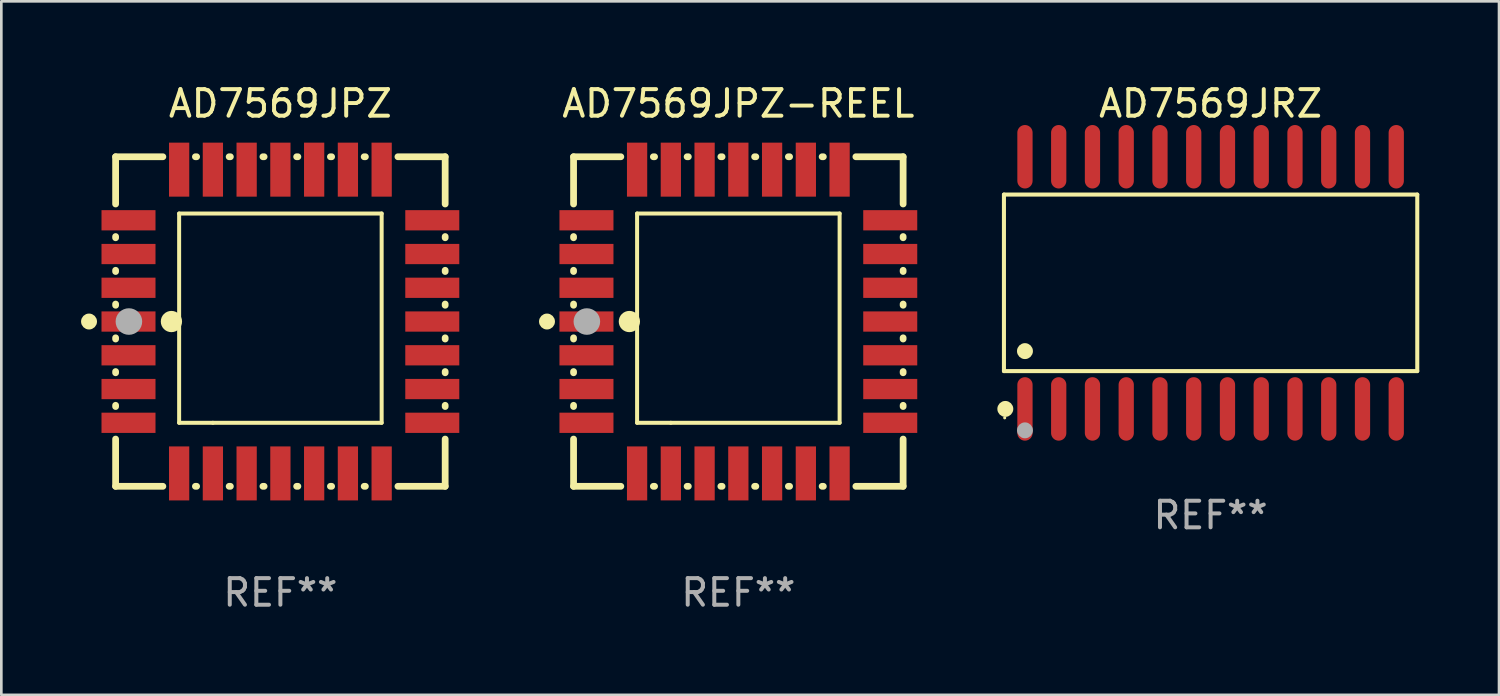
<source format=kicad_pcb>
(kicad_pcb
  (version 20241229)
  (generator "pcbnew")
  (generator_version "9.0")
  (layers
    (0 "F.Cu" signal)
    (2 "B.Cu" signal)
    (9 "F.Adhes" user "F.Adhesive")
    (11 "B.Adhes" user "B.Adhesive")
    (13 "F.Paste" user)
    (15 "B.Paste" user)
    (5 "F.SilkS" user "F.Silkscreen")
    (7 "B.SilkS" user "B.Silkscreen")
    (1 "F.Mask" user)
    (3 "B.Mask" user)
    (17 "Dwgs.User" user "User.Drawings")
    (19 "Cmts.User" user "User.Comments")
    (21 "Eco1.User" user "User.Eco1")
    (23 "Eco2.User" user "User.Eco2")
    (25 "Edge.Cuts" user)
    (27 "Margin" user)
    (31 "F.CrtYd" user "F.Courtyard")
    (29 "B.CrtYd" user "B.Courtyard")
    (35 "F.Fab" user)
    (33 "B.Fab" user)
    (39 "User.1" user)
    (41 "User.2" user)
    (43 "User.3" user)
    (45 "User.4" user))
  (footprint "AD7569JPZ"
    (layer "F.Cu")
    (at 7.5 9.048)
    (property "Reference" "AD7569JPZ" (at 0 -8.2 0) (layer "F.SilkS") (effects (font (size 1 1) (thickness 0.15))))
    (attr through_hole)
    (fp_line (start -6.2 -6.2) (end -4.422 -6.2) (stroke (width 0.254) (type solid)) (layer "F.SilkS"))
    (fp_line (start -6.2 -4.422) (end -6.2 -6.2) (stroke (width 0.254) (type solid)) (layer "F.SilkS"))
    (fp_line (start -6.2 -3.152) (end -6.2 -3.198) (stroke (width 0.254) (type solid)) (layer "F.SilkS"))
    (fp_line (start -6.2 -1.882) (end -6.2 -1.928) (stroke (width 0.254) (type solid)) (layer "F.SilkS"))
    (fp_line (start -6.2 -0.612) (end -6.2 -0.658) (stroke (width 0.254) (type solid)) (layer "F.SilkS"))
    (fp_line (start -6.2 0.658) (end -6.2 0.612) (stroke (width 0.254) (type solid)) (layer "F.SilkS"))
    (fp_line (start -6.2 1.928) (end -6.2 1.882) (stroke (width 0.254) (type solid)) (layer "F.SilkS"))
    (fp_line (start -6.2 3.198) (end -6.2 3.152) (stroke (width 0.254) (type solid)) (layer "F.SilkS"))
    (fp_line (start -6.2 6.2) (end -6.2 4.422) (stroke (width 0.254) (type solid)) (layer "F.SilkS"))
    (fp_line (start -4.422 6.2) (end -6.2 6.2) (stroke (width 0.254) (type solid)) (layer "F.SilkS"))
    (fp_line (start -3.81 -4.064) (end 3.81 -4.064) (stroke (width 0.15) (type solid)) (layer "F.SilkS"))
    (fp_line (start -3.81 3.81) (end -3.81 -4.064) (stroke (width 0.15) (type solid)) (layer "F.SilkS"))
    (fp_line (start -3.198 -6.2) (end -3.152 -6.2) (stroke (width 0.254) (type solid)) (layer "F.SilkS"))
    (fp_line (start -3.152 6.2) (end -3.198 6.2) (stroke (width 0.254) (type solid)) (layer "F.SilkS"))
    (fp_line (start -2.54 3.81) (end -3.81 3.81) (stroke (width 0.15) (type solid)) (layer "F.SilkS"))
    (fp_line (start -1.928 -6.2) (end -1.882 -6.2) (stroke (width 0.254) (type solid)) (layer "F.SilkS"))
    (fp_line (start -1.882 6.2) (end -1.928 6.2) (stroke (width 0.254) (type solid)) (layer "F.SilkS"))
    (fp_line (start -0.658 -6.2) (end -0.612 -6.2) (stroke (width 0.254) (type solid)) (layer "F.SilkS"))
    (fp_line (start -0.612 6.2) (end -0.658 6.2) (stroke (width 0.254) (type solid)) (layer "F.SilkS"))
    (fp_line (start 0.612 -6.2) (end 0.658 -6.2) (stroke (width 0.254) (type solid)) (layer "F.SilkS"))
    (fp_line (start 0.658 6.2) (end 0.612 6.2) (stroke (width 0.254) (type solid)) (layer "F.SilkS"))
    (fp_line (start 1.882 -6.2) (end 1.928 -6.2) (stroke (width 0.254) (type solid)) (layer "F.SilkS"))
    (fp_line (start 1.928 6.2) (end 1.882 6.2) (stroke (width 0.254) (type solid)) (layer "F.SilkS"))
    (fp_line (start 3.152 -6.2) (end 3.198 -6.2) (stroke (width 0.254) (type solid)) (layer "F.SilkS"))
    (fp_line (start 3.198 6.2) (end 3.152 6.2) (stroke (width 0.254) (type solid)) (layer "F.SilkS"))
    (fp_line (start 3.81 -4.064) (end 3.81 3.81) (stroke (width 0.15) (type solid)) (layer "F.SilkS"))
    (fp_line (start 3.81 3.81) (end -2.54 3.81) (stroke (width 0.15) (type solid)) (layer "F.SilkS"))
    (fp_line (start 4.422 -6.2) (end 6.2 -6.2) (stroke (width 0.254) (type solid)) (layer "F.SilkS"))
    (fp_line (start 6.2 -6.2) (end 6.2 -4.422) (stroke (width 0.254) (type solid)) (layer "F.SilkS"))
    (fp_line (start 6.2 -3.198) (end 6.2 -3.152) (stroke (width 0.254) (type solid)) (layer "F.SilkS"))
    (fp_line (start 6.2 -1.928) (end 6.2 -1.882) (stroke (width 0.254) (type solid)) (layer "F.SilkS"))
    (fp_line (start 6.2 -0.658) (end 6.2 -0.612) (stroke (width 0.254) (type solid)) (layer "F.SilkS"))
    (fp_line (start 6.2 0.612) (end 6.2 0.658) (stroke (width 0.254) (type solid)) (layer "F.SilkS"))
    (fp_line (start 6.2 1.882) (end 6.2 1.928) (stroke (width 0.254) (type solid)) (layer "F.SilkS"))
    (fp_line (start 6.2 3.152) (end 6.2 3.198) (stroke (width 0.254) (type solid)) (layer "F.SilkS"))
    (fp_line (start 6.2 4.422) (end 6.2 6.2) (stroke (width 0.254) (type solid)) (layer "F.SilkS"))
    (fp_line (start 6.2 6.2) (end 4.422 6.2) (stroke (width 0.254) (type solid)) (layer "F.SilkS"))
    (fp_circle (center -7.2 0) (end -7.05 0) (stroke (width 0.3) (type solid)) (fill no) (layer "F.SilkS"))
    (fp_circle (center -6.223 6.223) (end -6.193 6.223) (stroke (width 0.06) (type solid)) (fill no) (layer "F.SilkS"))
    (fp_circle (center -4.1 0) (end -3.9 0) (stroke (width 0.4) (type solid)) (fill no) (layer "F.SilkS"))
    (fp_circle (center -5.7 0) (end -5.45 0) (stroke (width 0.5) (type solid)) (fill no) (layer "F.Fab"))
    (fp_text user "REF**" (at 0 10.2 0) (layer "F.Fab") (effects (font (size 1 1) (thickness 0.15))))
    (pad "1" smd rect (at -5.715 0) (size 2.032 0.762) (layers "F.Cu" "F.Mask" "F.Paste"))
    (pad "2" smd rect (at -5.715 1.27) (size 2.032 0.762) (layers "F.Cu" "F.Mask" "F.Paste"))
    (pad "3" smd rect (at -5.715 2.54) (size 2.032 0.762) (layers "F.Cu" "F.Mask" "F.Paste"))
    (pad "4" smd rect (at -5.715 3.81) (size 2.032 0.762) (layers "F.Cu" "F.Mask" "F.Paste"))
    (pad "5" smd rect (at -3.81 5.715) (size 0.762 2.032) (layers "F.Cu" "F.Mask" "F.Paste"))
    (pad "6" smd rect (at -2.54 5.715) (size 0.762 2.032) (layers "F.Cu" "F.Mask" "F.Paste"))
    (pad "7" smd rect (at -1.27 5.715) (size 0.762 2.032) (layers "F.Cu" "F.Mask" "F.Paste"))
    (pad "8" smd rect (at 0 5.715) (size 0.762 2.032) (layers "F.Cu" "F.Mask" "F.Paste"))
    (pad "9" smd rect (at 1.27 5.715) (size 0.762 2.032) (layers "F.Cu" "F.Mask" "F.Paste"))
    (pad "10" smd rect (at 2.54 5.715) (size 0.762 2.032) (layers "F.Cu" "F.Mask" "F.Paste"))
    (pad "11" smd rect (at 3.81 5.715) (size 0.762 2.032) (layers "F.Cu" "F.Mask" "F.Paste"))
    (pad "12" smd rect (at 5.715 3.81) (size 2.032 0.762) (layers "F.Cu" "F.Mask" "F.Paste"))
    (pad "13" smd rect (at 5.715 2.54) (size 2.032 0.762) (layers "F.Cu" "F.Mask" "F.Paste"))
    (pad "14" smd rect (at 5.715 1.27) (size 2.032 0.762) (layers "F.Cu" "F.Mask" "F.Paste"))
    (pad "15" smd rect (at 5.715 0) (size 2.032 0.762) (layers "F.Cu" "F.Mask" "F.Paste"))
    (pad "16" smd rect (at 5.715 -1.27) (size 2.032 0.762) (layers "F.Cu" "F.Mask" "F.Paste"))
    (pad "17" smd rect (at 5.715 -2.54) (size 2.032 0.762) (layers "F.Cu" "F.Mask" "F.Paste"))
    (pad "18" smd rect (at 5.715 -3.81) (size 2.032 0.762) (layers "F.Cu" "F.Mask" "F.Paste"))
    (pad "19" smd rect (at 3.81 -5.715) (size 0.762 2.032) (layers "F.Cu" "F.Mask" "F.Paste"))
    (pad "20" smd rect (at 2.54 -5.715) (size 0.762 2.032) (layers "F.Cu" "F.Mask" "F.Paste"))
    (pad "21" smd rect (at 1.27 -5.715) (size 0.762 2.032) (layers "F.Cu" "F.Mask" "F.Paste"))
    (pad "22" smd rect (at 0 -5.715) (size 0.762 2.032) (layers "F.Cu" "F.Mask" "F.Paste"))
    (pad "23" smd rect (at -1.27 -5.715) (size 0.762 2.032) (layers "F.Cu" "F.Mask" "F.Paste"))
    (pad "24" smd rect (at -2.54 -5.715) (size 0.762 2.032) (layers "F.Cu" "F.Mask" "F.Paste"))
    (pad "25" smd rect (at -3.81 -5.715) (size 0.762 2.032) (layers "F.Cu" "F.Mask" "F.Paste"))
    (pad "26" smd rect (at -5.715 -3.81) (size 2.032 0.762) (layers "F.Cu" "F.Mask" "F.Paste"))
    (pad "27" smd rect (at -5.715 -2.54) (size 2.032 0.762) (layers "F.Cu" "F.Mask" "F.Paste"))
    (pad "28" smd rect (at -5.715 -1.27) (size 2.032 0.762) (layers "F.Cu" "F.Mask" "F.Paste")))
  (footprint "AD7569JPZ-REEL"
    (layer "F.Cu")
    (at 24.731 9.048)
    (property "Reference" "AD7569JPZ-REEL" (at 0 -8.2 0) (layer "F.SilkS") (effects (font (size 1 1) (thickness 0.15))))
    (attr through_hole)
    (fp_line (start -6.2 -6.2) (end -4.422 -6.2) (stroke (width 0.254) (type solid)) (layer "F.SilkS"))
    (fp_line (start -6.2 -4.422) (end -6.2 -6.2) (stroke (width 0.254) (type solid)) (layer "F.SilkS"))
    (fp_line (start -6.2 -3.152) (end -6.2 -3.198) (stroke (width 0.254) (type solid)) (layer "F.SilkS"))
    (fp_line (start -6.2 -1.882) (end -6.2 -1.928) (stroke (width 0.254) (type solid)) (layer "F.SilkS"))
    (fp_line (start -6.2 -0.612) (end -6.2 -0.658) (stroke (width 0.254) (type solid)) (layer "F.SilkS"))
    (fp_line (start -6.2 0.658) (end -6.2 0.612) (stroke (width 0.254) (type solid)) (layer "F.SilkS"))
    (fp_line (start -6.2 1.928) (end -6.2 1.882) (stroke (width 0.254) (type solid)) (layer "F.SilkS"))
    (fp_line (start -6.2 3.198) (end -6.2 3.152) (stroke (width 0.254) (type solid)) (layer "F.SilkS"))
    (fp_line (start -6.2 6.2) (end -6.2 4.422) (stroke (width 0.254) (type solid)) (layer "F.SilkS"))
    (fp_line (start -4.422 6.2) (end -6.2 6.2) (stroke (width 0.254) (type solid)) (layer "F.SilkS"))
    (fp_line (start -3.81 -4.064) (end 3.81 -4.064) (stroke (width 0.15) (type solid)) (layer "F.SilkS"))
    (fp_line (start -3.81 3.81) (end -3.81 -4.064) (stroke (width 0.15) (type solid)) (layer "F.SilkS"))
    (fp_line (start -3.198 -6.2) (end -3.152 -6.2) (stroke (width 0.254) (type solid)) (layer "F.SilkS"))
    (fp_line (start -3.152 6.2) (end -3.198 6.2) (stroke (width 0.254) (type solid)) (layer "F.SilkS"))
    (fp_line (start -2.54 3.81) (end -3.81 3.81) (stroke (width 0.15) (type solid)) (layer "F.SilkS"))
    (fp_line (start -1.928 -6.2) (end -1.882 -6.2) (stroke (width 0.254) (type solid)) (layer "F.SilkS"))
    (fp_line (start -1.882 6.2) (end -1.928 6.2) (stroke (width 0.254) (type solid)) (layer "F.SilkS"))
    (fp_line (start -0.658 -6.2) (end -0.612 -6.2) (stroke (width 0.254) (type solid)) (layer "F.SilkS"))
    (fp_line (start -0.612 6.2) (end -0.658 6.2) (stroke (width 0.254) (type solid)) (layer "F.SilkS"))
    (fp_line (start 0.612 -6.2) (end 0.658 -6.2) (stroke (width 0.254) (type solid)) (layer "F.SilkS"))
    (fp_line (start 0.658 6.2) (end 0.612 6.2) (stroke (width 0.254) (type solid)) (layer "F.SilkS"))
    (fp_line (start 1.882 -6.2) (end 1.928 -6.2) (stroke (width 0.254) (type solid)) (layer "F.SilkS"))
    (fp_line (start 1.928 6.2) (end 1.882 6.2) (stroke (width 0.254) (type solid)) (layer "F.SilkS"))
    (fp_line (start 3.152 -6.2) (end 3.198 -6.2) (stroke (width 0.254) (type solid)) (layer "F.SilkS"))
    (fp_line (start 3.198 6.2) (end 3.152 6.2) (stroke (width 0.254) (type solid)) (layer "F.SilkS"))
    (fp_line (start 3.81 -4.064) (end 3.81 3.81) (stroke (width 0.15) (type solid)) (layer "F.SilkS"))
    (fp_line (start 3.81 3.81) (end -2.54 3.81) (stroke (width 0.15) (type solid)) (layer "F.SilkS"))
    (fp_line (start 4.422 -6.2) (end 6.2 -6.2) (stroke (width 0.254) (type solid)) (layer "F.SilkS"))
    (fp_line (start 6.2 -6.2) (end 6.2 -4.422) (stroke (width 0.254) (type solid)) (layer "F.SilkS"))
    (fp_line (start 6.2 -3.198) (end 6.2 -3.152) (stroke (width 0.254) (type solid)) (layer "F.SilkS"))
    (fp_line (start 6.2 -1.928) (end 6.2 -1.882) (stroke (width 0.254) (type solid)) (layer "F.SilkS"))
    (fp_line (start 6.2 -0.658) (end 6.2 -0.612) (stroke (width 0.254) (type solid)) (layer "F.SilkS"))
    (fp_line (start 6.2 0.612) (end 6.2 0.658) (stroke (width 0.254) (type solid)) (layer "F.SilkS"))
    (fp_line (start 6.2 1.882) (end 6.2 1.928) (stroke (width 0.254) (type solid)) (layer "F.SilkS"))
    (fp_line (start 6.2 3.152) (end 6.2 3.198) (stroke (width 0.254) (type solid)) (layer "F.SilkS"))
    (fp_line (start 6.2 4.422) (end 6.2 6.2) (stroke (width 0.254) (type solid)) (layer "F.SilkS"))
    (fp_line (start 6.2 6.2) (end 4.422 6.2) (stroke (width 0.254) (type solid)) (layer "F.SilkS"))
    (fp_circle (center -7.2 0) (end -7.05 0) (stroke (width 0.3) (type solid)) (fill no) (layer "F.SilkS"))
    (fp_circle (center -6.223 6.223) (end -6.193 6.223) (stroke (width 0.06) (type solid)) (fill no) (layer "F.SilkS"))
    (fp_circle (center -4.1 0) (end -3.9 0) (stroke (width 0.4) (type solid)) (fill no) (layer "F.SilkS"))
    (fp_circle (center -5.7 0) (end -5.45 0) (stroke (width 0.5) (type solid)) (fill no) (layer "F.Fab"))
    (fp_text user "REF**" (at 0 10.2 0) (layer "F.Fab") (effects (font (size 1 1) (thickness 0.15))))
    (pad "1" smd rect (at -5.715 0) (size 2.032 0.762) (layers "F.Cu" "F.Mask" "F.Paste"))
    (pad "2" smd rect (at -5.715 1.27) (size 2.032 0.762) (layers "F.Cu" "F.Mask" "F.Paste"))
    (pad "3" smd rect (at -5.715 2.54) (size 2.032 0.762) (layers "F.Cu" "F.Mask" "F.Paste"))
    (pad "4" smd rect (at -5.715 3.81) (size 2.032 0.762) (layers "F.Cu" "F.Mask" "F.Paste"))
    (pad "5" smd rect (at -3.81 5.715) (size 0.762 2.032) (layers "F.Cu" "F.Mask" "F.Paste"))
    (pad "6" smd rect (at -2.54 5.715) (size 0.762 2.032) (layers "F.Cu" "F.Mask" "F.Paste"))
    (pad "7" smd rect (at -1.27 5.715) (size 0.762 2.032) (layers "F.Cu" "F.Mask" "F.Paste"))
    (pad "8" smd rect (at 0 5.715) (size 0.762 2.032) (layers "F.Cu" "F.Mask" "F.Paste"))
    (pad "9" smd rect (at 1.27 5.715) (size 0.762 2.032) (layers "F.Cu" "F.Mask" "F.Paste"))
    (pad "10" smd rect (at 2.54 5.715) (size 0.762 2.032) (layers "F.Cu" "F.Mask" "F.Paste"))
    (pad "11" smd rect (at 3.81 5.715) (size 0.762 2.032) (layers "F.Cu" "F.Mask" "F.Paste"))
    (pad "12" smd rect (at 5.715 3.81) (size 2.032 0.762) (layers "F.Cu" "F.Mask" "F.Paste"))
    (pad "13" smd rect (at 5.715 2.54) (size 2.032 0.762) (layers "F.Cu" "F.Mask" "F.Paste"))
    (pad "14" smd rect (at 5.715 1.27) (size 2.032 0.762) (layers "F.Cu" "F.Mask" "F.Paste"))
    (pad "15" smd rect (at 5.715 0) (size 2.032 0.762) (layers "F.Cu" "F.Mask" "F.Paste"))
    (pad "16" smd rect (at 5.715 -1.27) (size 2.032 0.762) (layers "F.Cu" "F.Mask" "F.Paste"))
    (pad "17" smd rect (at 5.715 -2.54) (size 2.032 0.762) (layers "F.Cu" "F.Mask" "F.Paste"))
    (pad "18" smd rect (at 5.715 -3.81) (size 2.032 0.762) (layers "F.Cu" "F.Mask" "F.Paste"))
    (pad "19" smd rect (at 3.81 -5.715) (size 0.762 2.032) (layers "F.Cu" "F.Mask" "F.Paste"))
    (pad "20" smd rect (at 2.54 -5.715) (size 0.762 2.032) (layers "F.Cu" "F.Mask" "F.Paste"))
    (pad "21" smd rect (at 1.27 -5.715) (size 0.762 2.032) (layers "F.Cu" "F.Mask" "F.Paste"))
    (pad "22" smd rect (at 0 -5.715) (size 0.762 2.032) (layers "F.Cu" "F.Mask" "F.Paste"))
    (pad "23" smd rect (at -1.27 -5.715) (size 0.762 2.032) (layers "F.Cu" "F.Mask" "F.Paste"))
    (pad "24" smd rect (at -2.54 -5.715) (size 0.762 2.032) (layers "F.Cu" "F.Mask" "F.Paste"))
    (pad "25" smd rect (at -3.81 -5.715) (size 0.762 2.032) (layers "F.Cu" "F.Mask" "F.Paste"))
    (pad "26" smd rect (at -5.715 -3.81) (size 2.032 0.762) (layers "F.Cu" "F.Mask" "F.Paste"))
    (pad "27" smd rect (at -5.715 -2.54) (size 2.032 0.762) (layers "F.Cu" "F.Mask" "F.Paste"))
    (pad "28" smd rect (at -5.715 -1.27) (size 2.032 0.762) (layers "F.Cu" "F.Mask" "F.Paste")))
  (footprint "AD7569JRZ"
    (layer "F.Cu")
    (at 42.5 7.592)
    (property "Reference" "AD7569JRZ" (at 0 -6.744 0) (layer "F.SilkS") (effects (font (size 1 1) (thickness 0.15))))
    (attr through_hole)
    (fp_line (start -7.776 -3.321) (end 7.776 -3.321) (stroke (width 0.152) (type solid)) (layer "F.SilkS"))
    (fp_line (start -7.776 3.321) (end -7.776 -3.321) (stroke (width 0.152) (type solid)) (layer "F.SilkS"))
    (fp_line (start 7.776 -3.321) (end 7.776 3.321) (stroke (width 0.152) (type solid)) (layer "F.SilkS"))
    (fp_line (start 7.776 3.321) (end -7.776 3.321) (stroke (width 0.152) (type solid)) (layer "F.SilkS"))
    (fp_circle (center -7.747 5.08) (end -7.717 5.08) (stroke (width 0.06) (type solid)) (fill no) (layer "F.SilkS"))
    (fp_circle (center -7.724 4.744) (end -7.574 4.744) (stroke (width 0.3) (type solid)) (fill no) (layer "F.SilkS"))
    (fp_circle (center -6.985 2.569) (end -6.835 2.569) (stroke (width 0.3) (type solid)) (fill no) (layer "F.SilkS"))
    (fp_circle (center -6.985 5.55) (end -6.835 5.55) (stroke (width 0.3) (type solid)) (fill no) (layer "F.Fab"))
    (fp_text user "REF**" (at 0 8.744 0) (layer "F.Fab") (effects (font (size 1 1) (thickness 0.15))))
    (pad "1" smd oval (at -6.985 4.744) (size 0.574 2.388) (layers "F.Cu" "F.Mask" "F.Paste"))
    (pad "2" smd oval (at -5.715 4.744) (size 0.574 2.388) (layers "F.Cu" "F.Mask" "F.Paste"))
    (pad "3" smd oval (at -4.445 4.744) (size 0.574 2.388) (layers "F.Cu" "F.Mask" "F.Paste"))
    (pad "4" smd oval (at -3.175 4.744) (size 0.574 2.388) (layers "F.Cu" "F.Mask" "F.Paste"))
    (pad "5" smd oval (at -1.905 4.744) (size 0.574 2.388) (layers "F.Cu" "F.Mask" "F.Paste"))
    (pad "6" smd oval (at -0.635 4.744) (size 0.574 2.388) (layers "F.Cu" "F.Mask" "F.Paste"))
    (pad "7" smd oval (at 0.635 4.744) (size 0.574 2.388) (layers "F.Cu" "F.Mask" "F.Paste"))
    (pad "8" smd oval (at 1.905 4.744) (size 0.574 2.388) (layers "F.Cu" "F.Mask" "F.Paste"))
    (pad "9" smd oval (at 3.175 4.744) (size 0.574 2.388) (layers "F.Cu" "F.Mask" "F.Paste"))
    (pad "10" smd oval (at 4.445 4.744) (size 0.574 2.388) (layers "F.Cu" "F.Mask" "F.Paste"))
    (pad "11" smd oval (at 5.715 4.744) (size 0.574 2.388) (layers "F.Cu" "F.Mask" "F.Paste"))
    (pad "12" smd oval (at 6.985 4.744) (size 0.574 2.388) (layers "F.Cu" "F.Mask" "F.Paste"))
    (pad "13" smd oval (at 6.985 -4.744) (size 0.574 2.388) (layers "F.Cu" "F.Mask" "F.Paste"))
    (pad "14" smd oval (at 5.715 -4.744) (size 0.574 2.388) (layers "F.Cu" "F.Mask" "F.Paste"))
    (pad "15" smd oval (at 4.445 -4.744) (size 0.574 2.388) (layers "F.Cu" "F.Mask" "F.Paste"))
    (pad "16" smd oval (at 3.175 -4.744) (size 0.574 2.388) (layers "F.Cu" "F.Mask" "F.Paste"))
    (pad "17" smd oval (at 1.905 -4.744) (size 0.574 2.388) (layers "F.Cu" "F.Mask" "F.Paste"))
    (pad "18" smd oval (at 0.635 -4.744) (size 0.574 2.388) (layers "F.Cu" "F.Mask" "F.Paste"))
    (pad "19" smd oval (at -0.635 -4.744) (size 0.574 2.388) (layers "F.Cu" "F.Mask" "F.Paste"))
    (pad "20" smd oval (at -1.905 -4.744) (size 0.574 2.388) (layers "F.Cu" "F.Mask" "F.Paste"))
    (pad "21" smd oval (at -3.175 -4.744) (size 0.574 2.388) (layers "F.Cu" "F.Mask" "F.Paste"))
    (pad "22" smd oval (at -4.445 -4.744) (size 0.574 2.388) (layers "F.Cu" "F.Mask" "F.Paste"))
    (pad "23" smd oval (at -5.715 -4.744) (size 0.574 2.388) (layers "F.Cu" "F.Mask" "F.Paste"))
    (pad "24" smd oval (at -6.985 -4.744) (size 0.574 2.388) (layers "F.Cu" "F.Mask" "F.Paste")))
  (gr_rect
    (start -3 -3)
    (end 53.352 23.096)
    (stroke (width 0.1) (type default))
    (fill no)
    (layer "Edge.Cuts")))
</source>
